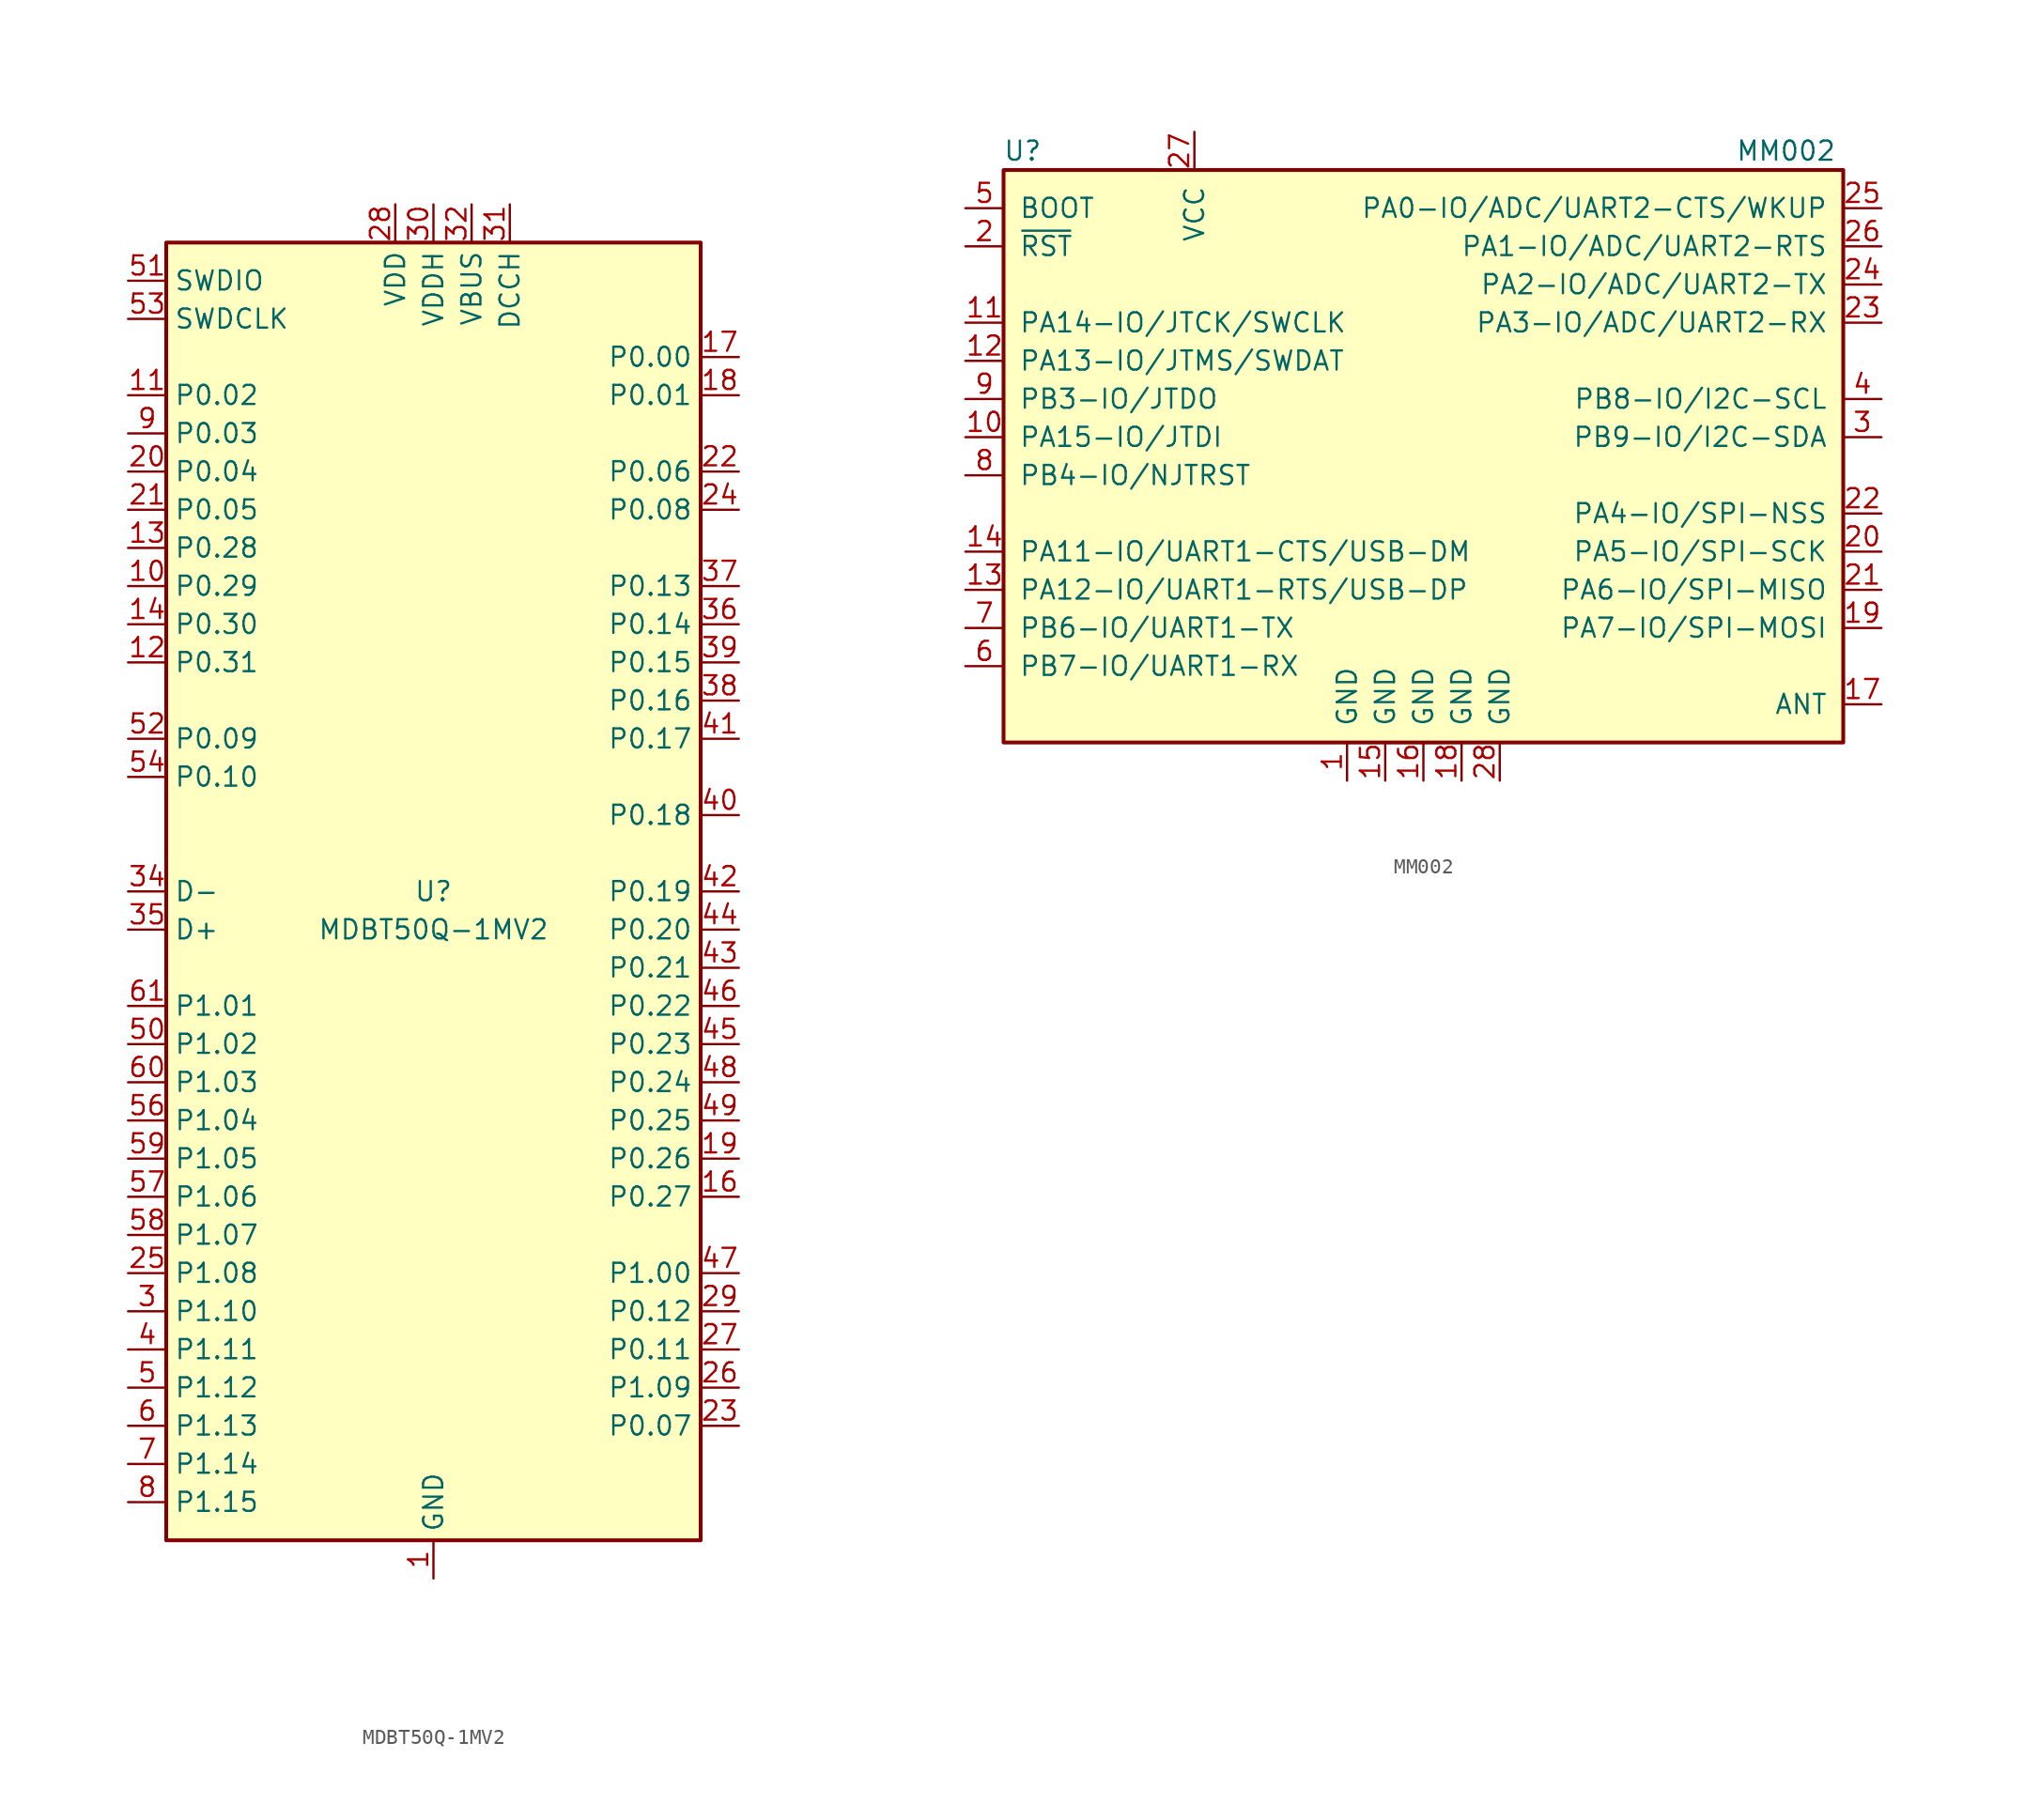
<source format=kicad_sym>
(kicad_symbol_lib
  (version 20231120)
  (generator "kicad_symbol_editor")
  (generator_version "8.0")
  (symbol "MDBT50Q-1MV2"
    (property "Reference" "U"
      (at 0 0 0)
      (effects (font (size 1.27 1.27))))
    (property "Value" "MDBT50Q-1MV2"
      (at 0 -2.54 0)
      (effects (font (size 1.27 1.27))))
    (symbol "MDBT50Q-1MV2_0_1"
      (rectangle (start -17.78 43.18) (end 17.78 -43.18) (stroke (width 0.254) (type default)) (fill (type background))))
    (symbol "MDBT50Q-1MV2_1_1"
      (pin power_in line (at 0 -45.72 90) (length 2.54) (name "GND" (effects (font (size 1.27 1.27)))) (number "1" (effects (font (size 1.27 1.27)))))
      (pin bidirectional line (at -20.32 20.32 0) (length 2.54) (name "P0.29" (effects (font (size 1.27 1.27)))) (number "10" (effects (font (size 1.27 1.27)))) (alternate "AIN5" input line))
      (pin bidirectional line (at -20.32 33.02 0) (length 2.54) (name "P0.02" (effects (font (size 1.27 1.27)))) (number "11" (effects (font (size 1.27 1.27)))) (alternate "AIN0" input line))
      (pin bidirectional line (at -20.32 15.24 0) (length 2.54) (name "P0.31" (effects (font (size 1.27 1.27)))) (number "12" (effects (font (size 1.27 1.27)))) (alternate "AIN7" input line))
      (pin bidirectional line (at -20.32 22.86 0) (length 2.54) (name "P0.28" (effects (font (size 1.27 1.27)))) (number "13" (effects (font (size 1.27 1.27)))) (alternate "AIN4" input line))
      (pin bidirectional line (at -20.32 17.78 0) (length 2.54) (name "P0.30" (effects (font (size 1.27 1.27)))) (number "14" (effects (font (size 1.27 1.27)))) (alternate "AIN6" input line))
      (pin passive line (at 0 -45.72 90) (length 2.54) hide (name "GND" (effects (font (size 1.27 1.27)))) (number "15" (effects (font (size 1.27 1.27)))))
      (pin bidirectional line (at 20.32 -20.32 180) (length 2.54) (name "P0.27" (effects (font (size 1.27 1.27)))) (number "16" (effects (font (size 1.27 1.27)))))
      (pin bidirectional line (at 20.32 35.56 180) (length 2.54) (name "P0.00" (effects (font (size 1.27 1.27)))) (number "17" (effects (font (size 1.27 1.27)))) (alternate "XL1" input line))
      (pin bidirectional line (at 20.32 33.02 180) (length 2.54) (name "P0.01" (effects (font (size 1.27 1.27)))) (number "18" (effects (font (size 1.27 1.27)))) (alternate "XL2" input line))
      (pin bidirectional line (at 20.32 -17.78 180) (length 2.54) (name "P0.26" (effects (font (size 1.27 1.27)))) (number "19" (effects (font (size 1.27 1.27)))))
      (pin passive line (at 0 -45.72 90) (length 2.54) hide (name "GND" (effects (font (size 1.27 1.27)))) (number "2" (effects (font (size 1.27 1.27)))))
      (pin bidirectional line (at -20.32 27.94 0) (length 2.54) (name "P0.04" (effects (font (size 1.27 1.27)))) (number "20" (effects (font (size 1.27 1.27)))) (alternate "AIN2" input line))
      (pin bidirectional line (at -20.32 25.4 0) (length 2.54) (name "P0.05" (effects (font (size 1.27 1.27)))) (number "21" (effects (font (size 1.27 1.27)))) (alternate "AIN3" input line))
      (pin bidirectional line (at 20.32 27.94 180) (length 2.54) (name "P0.06" (effects (font (size 1.27 1.27)))) (number "22" (effects (font (size 1.27 1.27)))))
      (pin bidirectional line (at 20.32 -35.56 180) (length 2.54) (name "P0.07" (effects (font (size 1.27 1.27)))) (number "23" (effects (font (size 1.27 1.27)))) (alternate "TRACECLK" output line))
      (pin bidirectional line (at 20.32 25.4 180) (length 2.54) (name "P0.08" (effects (font (size 1.27 1.27)))) (number "24" (effects (font (size 1.27 1.27)))))
      (pin bidirectional line (at -20.32 -25.4 0) (length 2.54) (name "P1.08" (effects (font (size 1.27 1.27)))) (number "25" (effects (font (size 1.27 1.27)))))
      (pin bidirectional line (at 20.32 -33.02 180) (length 2.54) (name "P1.09" (effects (font (size 1.27 1.27)))) (number "26" (effects (font (size 1.27 1.27)))) (alternate "TRACEDATA3" output line))
      (pin bidirectional line (at 20.32 -30.48 180) (length 2.54) (name "P0.11" (effects (font (size 1.27 1.27)))) (number "27" (effects (font (size 1.27 1.27)))) (alternate "TRACEDATA2" output line))
      (pin power_in line (at -2.54 45.72 270) (length 2.54) (name "VDD" (effects (font (size 1.27 1.27)))) (number "28" (effects (font (size 1.27 1.27)))))
      (pin bidirectional line (at 20.32 -27.94 180) (length 2.54) (name "P0.12" (effects (font (size 1.27 1.27)))) (number "29" (effects (font (size 1.27 1.27)))) (alternate "TRACEDATA1" output line))
      (pin bidirectional line (at -20.32 -27.94 0) (length 2.54) (name "P1.10" (effects (font (size 1.27 1.27)))) (number "3" (effects (font (size 1.27 1.27)))))
      (pin power_in line (at 0 45.72 270) (length 2.54) (name "VDDH" (effects (font (size 1.27 1.27)))) (number "30" (effects (font (size 1.27 1.27)))))
      (pin power_out line (at 5.08 45.72 270) (length 2.54) (name "DCCH" (effects (font (size 1.27 1.27)))) (number "31" (effects (font (size 1.27 1.27)))))
      (pin power_in line (at 2.54 45.72 270) (length 2.54) (name "VBUS" (effects (font (size 1.27 1.27)))) (number "32" (effects (font (size 1.27 1.27)))))
      (pin passive line (at 0 -45.72 90) (length 2.54) hide (name "GND" (effects (font (size 1.27 1.27)))) (number "33" (effects (font (size 1.27 1.27)))))
      (pin bidirectional line (at -20.32 0 0) (length 2.54) (name "D-" (effects (font (size 1.27 1.27)))) (number "34" (effects (font (size 1.27 1.27)))))
      (pin bidirectional line (at -20.32 -2.54 0) (length 2.54) (name "D+" (effects (font (size 1.27 1.27)))) (number "35" (effects (font (size 1.27 1.27)))))
      (pin bidirectional line (at 20.32 17.78 180) (length 2.54) (name "P0.14" (effects (font (size 1.27 1.27)))) (number "36" (effects (font (size 1.27 1.27)))))
      (pin bidirectional line (at 20.32 20.32 180) (length 2.54) (name "P0.13" (effects (font (size 1.27 1.27)))) (number "37" (effects (font (size 1.27 1.27)))))
      (pin bidirectional line (at 20.32 12.7 180) (length 2.54) (name "P0.16" (effects (font (size 1.27 1.27)))) (number "38" (effects (font (size 1.27 1.27)))))
      (pin bidirectional line (at 20.32 15.24 180) (length 2.54) (name "P0.15" (effects (font (size 1.27 1.27)))) (number "39" (effects (font (size 1.27 1.27)))))
      (pin bidirectional line (at -20.32 -30.48 0) (length 2.54) (name "P1.11" (effects (font (size 1.27 1.27)))) (number "4" (effects (font (size 1.27 1.27)))))
      (pin bidirectional line (at 20.32 5.08 180) (length 2.54) (name "P0.18" (effects (font (size 1.27 1.27)))) (number "40" (effects (font (size 1.27 1.27)))) (alternate "~{RESET}" input line))
      (pin bidirectional line (at 20.32 10.16 180) (length 2.54) (name "P0.17" (effects (font (size 1.27 1.27)))) (number "41" (effects (font (size 1.27 1.27)))))
      (pin bidirectional line (at 20.32 0 180) (length 2.54) (name "P0.19" (effects (font (size 1.27 1.27)))) (number "42" (effects (font (size 1.27 1.27)))))
      (pin bidirectional line (at 20.32 -5.08 180) (length 2.54) (name "P0.21" (effects (font (size 1.27 1.27)))) (number "43" (effects (font (size 1.27 1.27)))))
      (pin bidirectional line (at 20.32 -2.54 180) (length 2.54) (name "P0.20" (effects (font (size 1.27 1.27)))) (number "44" (effects (font (size 1.27 1.27)))))
      (pin bidirectional line (at 20.32 -10.16 180) (length 2.54) (name "P0.23" (effects (font (size 1.27 1.27)))) (number "45" (effects (font (size 1.27 1.27)))))
      (pin bidirectional line (at 20.32 -7.62 180) (length 2.54) (name "P0.22" (effects (font (size 1.27 1.27)))) (number "46" (effects (font (size 1.27 1.27)))))
      (pin bidirectional line (at 20.32 -25.4 180) (length 2.54) (name "P1.00" (effects (font (size 1.27 1.27)))) (number "47" (effects (font (size 1.27 1.27)))) (alternate "TRACEDATA0" output line))
      (pin bidirectional line (at 20.32 -12.7 180) (length 2.54) (name "P0.24" (effects (font (size 1.27 1.27)))) (number "48" (effects (font (size 1.27 1.27)))))
      (pin bidirectional line (at 20.32 -15.24 180) (length 2.54) (name "P0.25" (effects (font (size 1.27 1.27)))) (number "49" (effects (font (size 1.27 1.27)))))
      (pin bidirectional line (at -20.32 -33.02 0) (length 2.54) (name "P1.12" (effects (font (size 1.27 1.27)))) (number "5" (effects (font (size 1.27 1.27)))))
      (pin bidirectional line (at -20.32 -10.16 0) (length 2.54) (name "P1.02" (effects (font (size 1.27 1.27)))) (number "50" (effects (font (size 1.27 1.27)))))
      (pin bidirectional line (at -20.32 40.64 0) (length 2.54) (name "SWDIO" (effects (font (size 1.27 1.27)))) (number "51" (effects (font (size 1.27 1.27)))))
      (pin bidirectional line (at -20.32 10.16 0) (length 2.54) (name "P0.09" (effects (font (size 1.27 1.27)))) (number "52" (effects (font (size 1.27 1.27)))) (alternate "NFC1" input line))
      (pin input line (at -20.32 38.1 0) (length 2.54) (name "SWDCLK" (effects (font (size 1.27 1.27)))) (number "53" (effects (font (size 1.27 1.27)))))
      (pin bidirectional line (at -20.32 7.62 0) (length 2.54) (name "P0.10" (effects (font (size 1.27 1.27)))) (number "54" (effects (font (size 1.27 1.27)))) (alternate "NFC2" input line))
      (pin passive line (at 0 -45.72 90) (length 2.54) hide (name "GND" (effects (font (size 1.27 1.27)))) (number "55" (effects (font (size 1.27 1.27)))))
      (pin bidirectional line (at -20.32 -15.24 0) (length 2.54) (name "P1.04" (effects (font (size 1.27 1.27)))) (number "56" (effects (font (size 1.27 1.27)))))
      (pin bidirectional line (at -20.32 -20.32 0) (length 2.54) (name "P1.06" (effects (font (size 1.27 1.27)))) (number "57" (effects (font (size 1.27 1.27)))))
      (pin bidirectional line (at -20.32 -22.86 0) (length 2.54) (name "P1.07" (effects (font (size 1.27 1.27)))) (number "58" (effects (font (size 1.27 1.27)))))
      (pin bidirectional line (at -20.32 -17.78 0) (length 2.54) (name "P1.05" (effects (font (size 1.27 1.27)))) (number "59" (effects (font (size 1.27 1.27)))))
      (pin bidirectional line (at -20.32 -35.56 0) (length 2.54) (name "P1.13" (effects (font (size 1.27 1.27)))) (number "6" (effects (font (size 1.27 1.27)))))
      (pin bidirectional line (at -20.32 -12.7 0) (length 2.54) (name "P1.03" (effects (font (size 1.27 1.27)))) (number "60" (effects (font (size 1.27 1.27)))))
      (pin bidirectional line (at -20.32 -7.62 0) (length 2.54) (name "P1.01" (effects (font (size 1.27 1.27)))) (number "61" (effects (font (size 1.27 1.27)))))
      (pin bidirectional line (at -20.32 -38.1 0) (length 2.54) (name "P1.14" (effects (font (size 1.27 1.27)))) (number "7" (effects (font (size 1.27 1.27)))))
      (pin bidirectional line (at -20.32 -40.64 0) (length 2.54) (name "P1.15" (effects (font (size 1.27 1.27)))) (number "8" (effects (font (size 1.27 1.27)))))
      (pin bidirectional line (at -20.32 30.48 0) (length 2.54) (name "P0.03" (effects (font (size 1.27 1.27)))) (number "9" (effects (font (size 1.27 1.27)))) (alternate "AIN1" input line))))
  (symbol "MM002"
    (pin_names
      (offset 1.016))
    (property "Reference" "U"
      (at -26.67 21.59 0)
      (effects (font (size 1.27 1.27))))
    (property "Value" "MM002"
      (at 24.13 21.59 0)
      (effects (font (size 1.27 1.27))))
    (symbol "MM002_0_1"
      (rectangle (start -27.94 20.32) (end 27.94 -17.78) (stroke (width 0.254) (type default)) (fill (type background))))
    (symbol "MM002_1_1"
      (pin power_in line (at -5.08 -20.32 90) (length 2.54) (name "GND" (effects (font (size 1.27 1.27)))) (number "1" (effects (font (size 1.27 1.27)))))
      (pin bidirectional line (at -30.48 2.54 0) (length 2.54) (name "PA15-IO/JTDI" (effects (font (size 1.27 1.27)))) (number "10" (effects (font (size 1.27 1.27)))))
      (pin bidirectional line (at -30.48 10.16 0) (length 2.54) (name "PA14-IO/JTCK/SWCLK" (effects (font (size 1.27 1.27)))) (number "11" (effects (font (size 1.27 1.27)))))
      (pin bidirectional line (at -30.48 7.62 0) (length 2.54) (name "PA13-IO/JTMS/SWDAT" (effects (font (size 1.27 1.27)))) (number "12" (effects (font (size 1.27 1.27)))))
      (pin bidirectional line (at -30.48 -7.62 0) (length 2.54) (name "PA12-IO/UART1-RTS/USB-DP" (effects (font (size 1.27 1.27)))) (number "13" (effects (font (size 1.27 1.27)))))
      (pin bidirectional line (at -30.48 -5.08 0) (length 2.54) (name "PA11-IO/UART1-CTS/USB-DM" (effects (font (size 1.27 1.27)))) (number "14" (effects (font (size 1.27 1.27)))))
      (pin power_in line (at -2.54 -20.32 90) (length 2.54) (name "GND" (effects (font (size 1.27 1.27)))) (number "15" (effects (font (size 1.27 1.27)))))
      (pin power_in line (at 0 -20.32 90) (length 2.54) (name "GND" (effects (font (size 1.27 1.27)))) (number "16" (effects (font (size 1.27 1.27)))))
      (pin bidirectional line (at 30.48 -15.24 180) (length 2.54) (name "ANT" (effects (font (size 1.27 1.27)))) (number "17" (effects (font (size 1.27 1.27)))))
      (pin power_in line (at 2.54 -20.32 90) (length 2.54) (name "GND" (effects (font (size 1.27 1.27)))) (number "18" (effects (font (size 1.27 1.27)))))
      (pin bidirectional line (at 30.48 -10.16 180) (length 2.54) (name "PA7-IO/SPI-MOSI" (effects (font (size 1.27 1.27)))) (number "19" (effects (font (size 1.27 1.27)))))
      (pin input line (at -30.48 15.24 0) (length 2.54) (name "~{RST}" (effects (font (size 1.27 1.27)))) (number "2" (effects (font (size 1.27 1.27)))))
      (pin bidirectional line (at 30.48 -5.08 180) (length 2.54) (name "PA5-IO/SPI-SCK" (effects (font (size 1.27 1.27)))) (number "20" (effects (font (size 1.27 1.27)))))
      (pin bidirectional line (at 30.48 -7.62 180) (length 2.54) (name "PA6-IO/SPI-MISO" (effects (font (size 1.27 1.27)))) (number "21" (effects (font (size 1.27 1.27)))))
      (pin bidirectional line (at 30.48 -2.54 180) (length 2.54) (name "PA4-IO/SPI-NSS" (effects (font (size 1.27 1.27)))) (number "22" (effects (font (size 1.27 1.27)))))
      (pin bidirectional line (at 30.48 10.16 180) (length 2.54) (name "PA3-IO/ADC/UART2-RX" (effects (font (size 1.27 1.27)))) (number "23" (effects (font (size 1.27 1.27)))))
      (pin bidirectional line (at 30.48 12.7 180) (length 2.54) (name "PA2-IO/ADC/UART2-TX" (effects (font (size 1.27 1.27)))) (number "24" (effects (font (size 1.27 1.27)))))
      (pin bidirectional line (at 30.48 17.78 180) (length 2.54) (name "PA0-IO/ADC/UART2-CTS/WKUP" (effects (font (size 1.27 1.27)))) (number "25" (effects (font (size 1.27 1.27)))))
      (pin bidirectional line (at 30.48 15.24 180) (length 2.54) (name "PA1-IO/ADC/UART2-RTS" (effects (font (size 1.27 1.27)))) (number "26" (effects (font (size 1.27 1.27)))))
      (pin power_in line (at -15.24 22.86 270) (length 2.54) (name "VCC" (effects (font (size 1.27 1.27)))) (number "27" (effects (font (size 1.27 1.27)))))
      (pin power_in line (at 5.08 -20.32 90) (length 2.54) (name "GND" (effects (font (size 1.27 1.27)))) (number "28" (effects (font (size 1.27 1.27)))))
      (pin bidirectional line (at 30.48 2.54 180) (length 2.54) (name "PB9-IO/I2C-SDA" (effects (font (size 1.27 1.27)))) (number "3" (effects (font (size 1.27 1.27)))))
      (pin bidirectional line (at 30.48 5.08 180) (length 2.54) (name "PB8-IO/I2C-SCL" (effects (font (size 1.27 1.27)))) (number "4" (effects (font (size 1.27 1.27)))))
      (pin input line (at -30.48 17.78 0) (length 2.54) (name "BOOT" (effects (font (size 1.27 1.27)))) (number "5" (effects (font (size 1.27 1.27)))))
      (pin bidirectional line (at -30.48 -12.7 0) (length 2.54) (name "PB7-IO/UART1-RX" (effects (font (size 1.27 1.27)))) (number "6" (effects (font (size 1.27 1.27)))))
      (pin bidirectional line (at -30.48 -10.16 0) (length 2.54) (name "PB6-IO/UART1-TX" (effects (font (size 1.27 1.27)))) (number "7" (effects (font (size 1.27 1.27)))))
      (pin input line (at -30.48 0 0) (length 2.54) (name "PB4-IO/NJTRST" (effects (font (size 1.27 1.27)))) (number "8" (effects (font (size 1.27 1.27)))))
      (pin bidirectional line (at -30.48 5.08 0) (length 2.54) (name "PB3-IO/JTDO" (effects (font (size 1.27 1.27)))) (number "9" (effects (font (size 1.27 1.27))))))))
</source>
